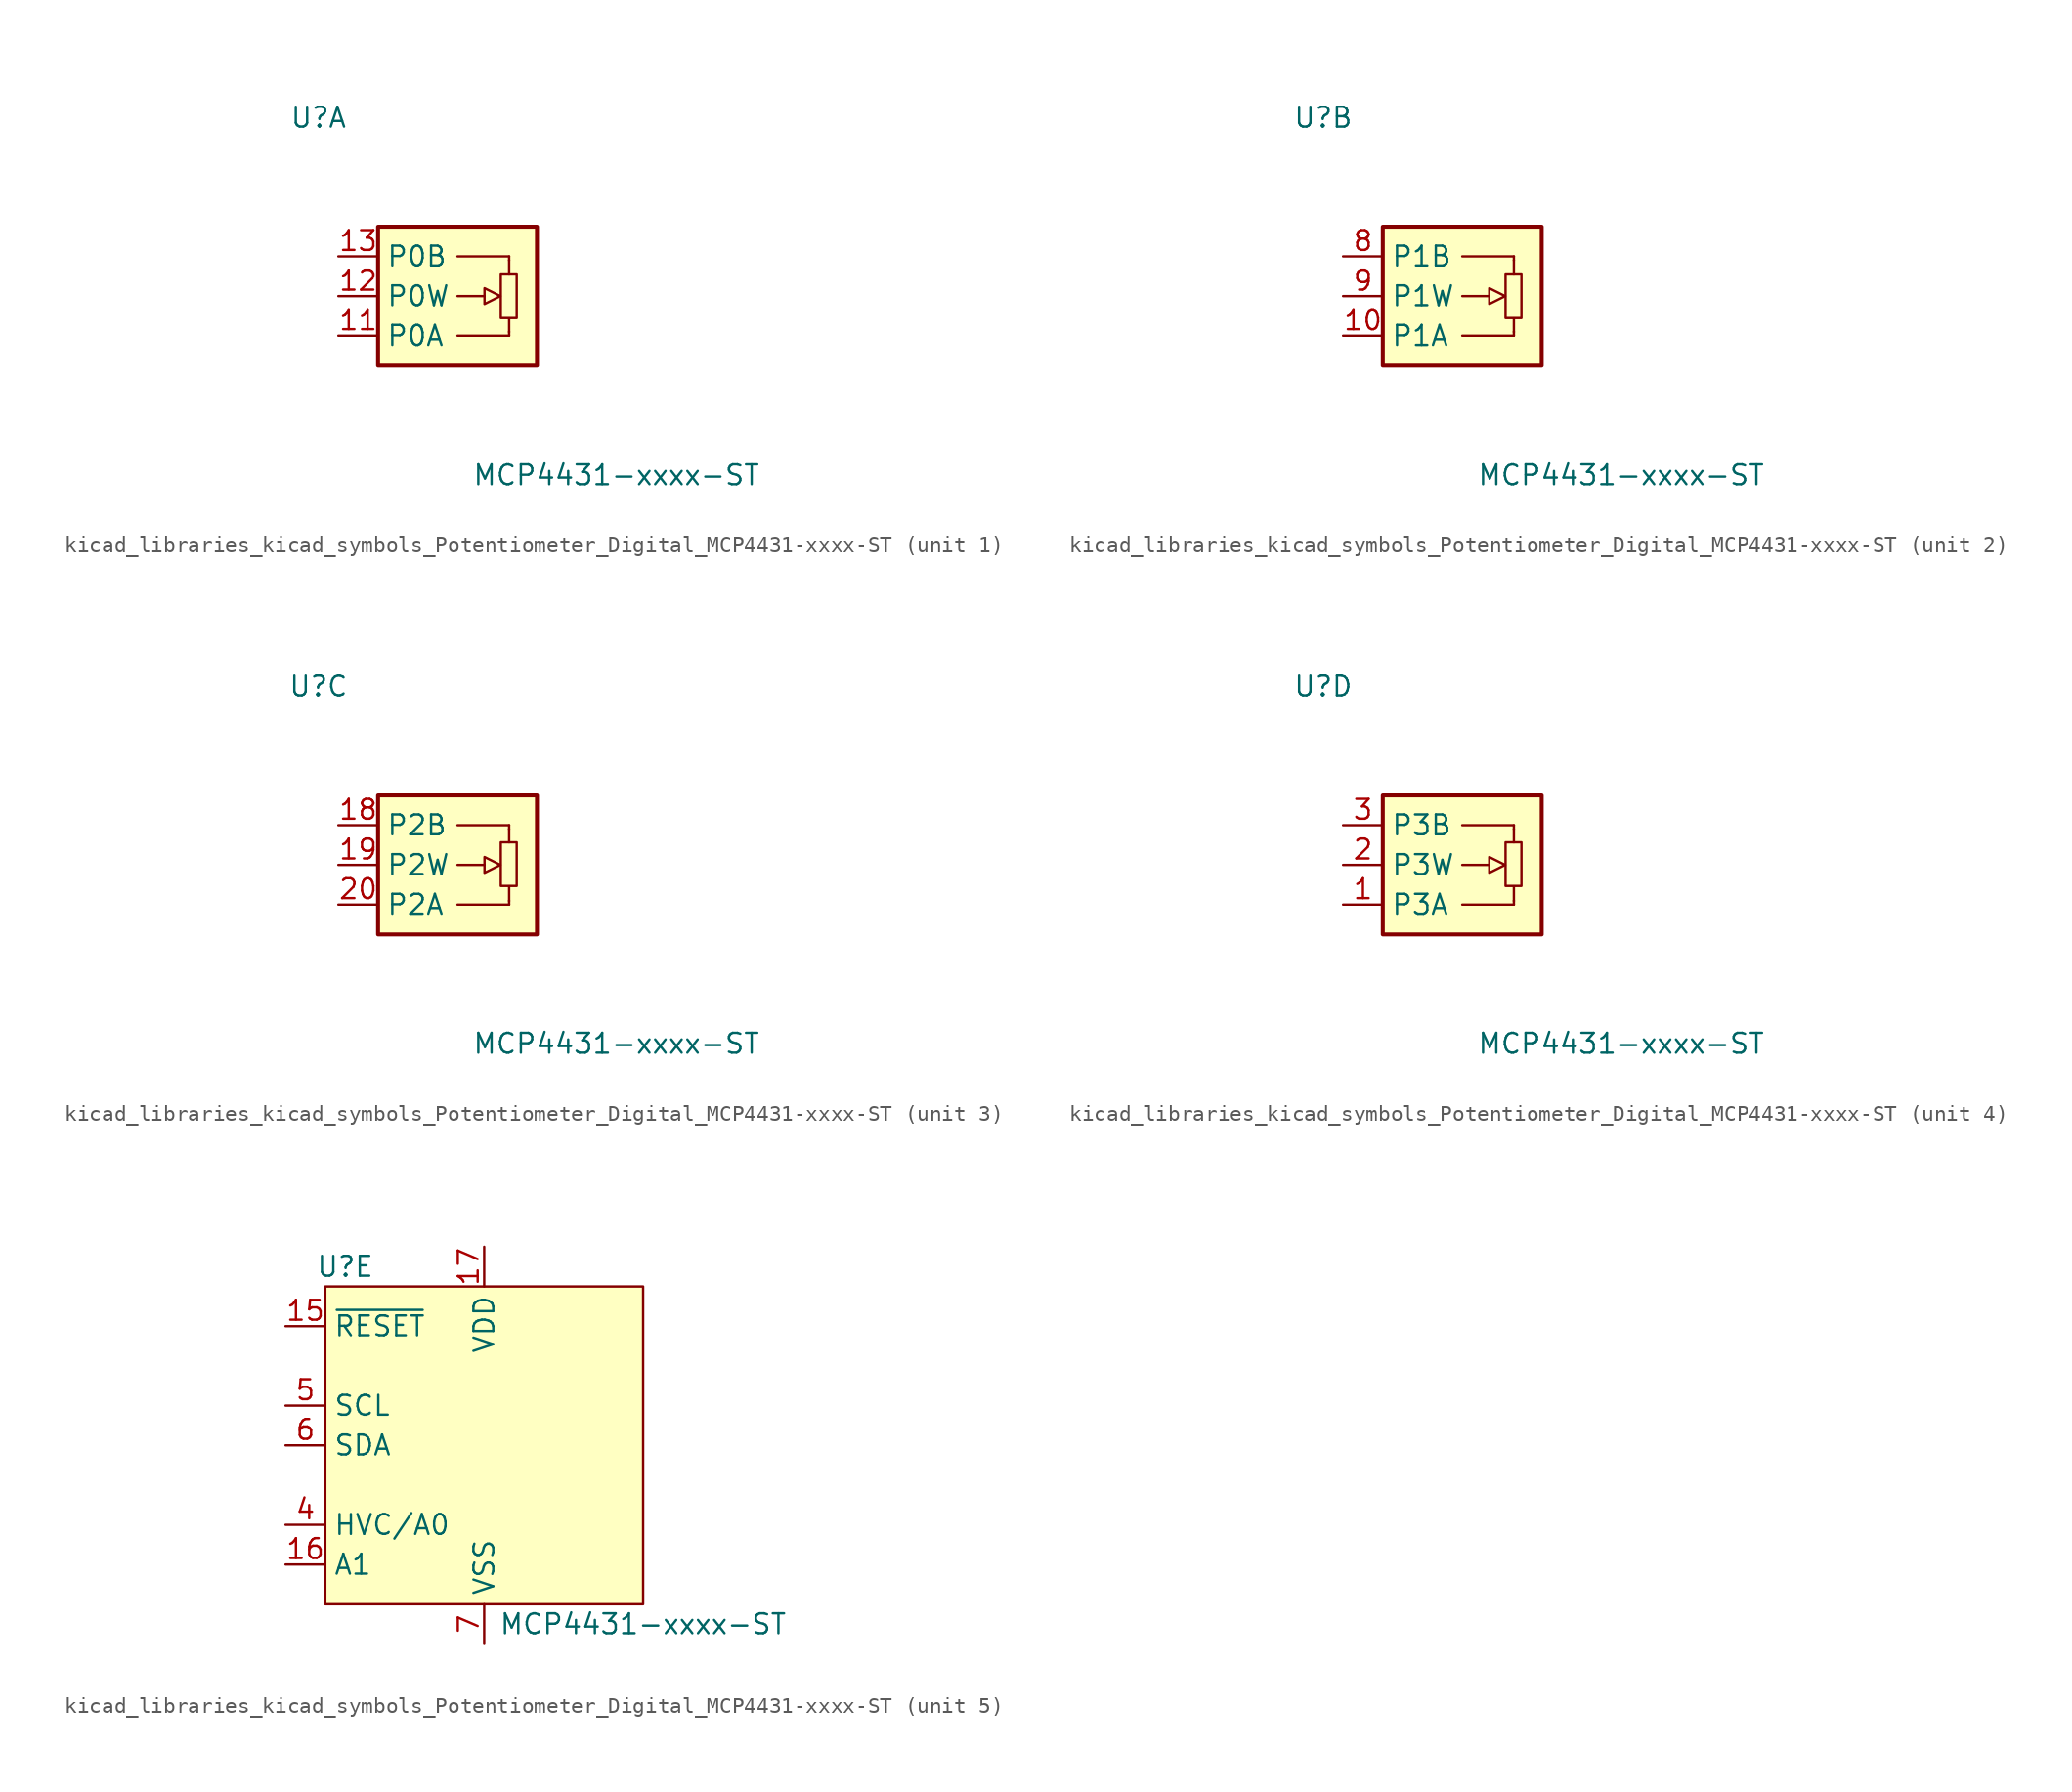
<source format=kicad_sym>
(kicad_symbol_lib
  (version 20220914)
  (generator kicad_symbol_editor)
  (symbol "kicad_libraries_kicad_symbols_Potentiometer_Digital_MCP4431-xxxx-ST"
    (property "Reference" "U"
      (at -8.89 11.43 0)
      (effects (font (size 1.27 1.27))))
    (property "Value" "MCP4431-xxxx-ST"
      (at 10.16 -11.43 0)
      (effects (font (size 1.27 1.27))))
    (property "ki_locked" ""
      (at 0 0 0)
      (effects (font (size 1.27 1.27))))
    (symbol "kicad_libraries_kicad_symbols_Potentiometer_Digital_MCP4431-xxxx-ST_1_1"
      (polyline (pts (xy 1.727 0) (xy 0 0)) (stroke (width 0) (type default)) (fill (type none)))
      (polyline (pts (xy 3.302 -2.54) (xy 0 -2.54)) (stroke (width 0) (type default)) (fill (type background)))
      (polyline (pts (xy 3.302 -2.311) (xy 3.302 -1.372)) (stroke (width 0) (type default)) (fill (type none)))
      (polyline (pts (xy 3.302 2.286) (xy 3.302 1.448)) (stroke (width 0) (type default)) (fill (type none)))
      (polyline (pts (xy 3.302 2.54) (xy 0 2.54)) (stroke (width 0) (type default)) (fill (type background)))
      (polyline (pts (xy 3.302 -2.54) (xy 3.302 -2.286) (xy 3.302 -2.286)) (stroke (width 0) (type default)) (fill (type none)))
      (polyline (pts (xy 3.302 2.54) (xy 3.302 2.286) (xy 3.302 2.286)) (stroke (width 0) (type default)) (fill (type background)))
      (polyline (pts (xy 1.727 -0.508) (xy 1.727 0.508) (xy 2.743 0) (xy 1.727 -0.508) (xy 1.727 -0.508)) (stroke (width 0) (type default)) (fill (type none)))
      (rectangle (start 3.785 -1.346) (end 2.769 1.448) (stroke (width 0) (type default)) (fill (type none)))
      (rectangle (start 5.08 -4.445) (end -5.08 4.445) (stroke (width 0.254) (type default)) (fill (type background)))
      (pin passive line (at -7.62 -2.54 0) (length 2.54) (name "P0A" (effects (font (size 1.27 1.27)))) (number "11" (effects (font (size 1.27 1.27)))))
      (pin passive line (at -7.62 0 0) (length 2.54) (name "P0W" (effects (font (size 1.27 1.27)))) (number "12" (effects (font (size 1.27 1.27)))))
      (pin passive line (at -7.62 2.54 0) (length 2.54) (name "P0B" (effects (font (size 1.27 1.27)))) (number "13" (effects (font (size 1.27 1.27))))))
    (symbol "kicad_libraries_kicad_symbols_Potentiometer_Digital_MCP4431-xxxx-ST_2_1"
      (polyline (pts (xy 1.727 0) (xy 0 0)) (stroke (width 0) (type default)) (fill (type none)))
      (polyline (pts (xy 3.302 -2.54) (xy 0 -2.54)) (stroke (width 0) (type default)) (fill (type background)))
      (polyline (pts (xy 3.302 -2.311) (xy 3.302 -1.372)) (stroke (width 0) (type default)) (fill (type none)))
      (polyline (pts (xy 3.302 2.286) (xy 3.302 1.448)) (stroke (width 0) (type default)) (fill (type none)))
      (polyline (pts (xy 3.302 2.54) (xy 0 2.54)) (stroke (width 0) (type default)) (fill (type background)))
      (polyline (pts (xy 3.302 -2.54) (xy 3.302 -2.286) (xy 3.302 -2.286)) (stroke (width 0) (type default)) (fill (type none)))
      (polyline (pts (xy 3.302 2.54) (xy 3.302 2.286) (xy 3.302 2.286)) (stroke (width 0) (type default)) (fill (type background)))
      (polyline (pts (xy 1.727 -0.508) (xy 1.727 0.508) (xy 2.743 0) (xy 1.727 -0.508) (xy 1.727 -0.508)) (stroke (width 0) (type default)) (fill (type none)))
      (rectangle (start 3.785 -1.346) (end 2.769 1.448) (stroke (width 0) (type default)) (fill (type none)))
      (rectangle (start 5.08 -4.445) (end -5.08 4.445) (stroke (width 0.254) (type default)) (fill (type background)))
      (pin passive line (at -7.62 -2.54 0) (length 2.54) (name "P1A" (effects (font (size 1.27 1.27)))) (number "10" (effects (font (size 1.27 1.27)))))
      (pin passive line (at -7.62 2.54 0) (length 2.54) (name "P1B" (effects (font (size 1.27 1.27)))) (number "8" (effects (font (size 1.27 1.27)))))
      (pin passive line (at -7.62 0 0) (length 2.54) (name "P1W" (effects (font (size 1.27 1.27)))) (number "9" (effects (font (size 1.27 1.27))))))
    (symbol "kicad_libraries_kicad_symbols_Potentiometer_Digital_MCP4431-xxxx-ST_3_1"
      (polyline (pts (xy 1.727 0) (xy 0 0)) (stroke (width 0) (type default)) (fill (type none)))
      (polyline (pts (xy 3.302 -2.54) (xy 0 -2.54)) (stroke (width 0) (type default)) (fill (type background)))
      (polyline (pts (xy 3.302 -2.311) (xy 3.302 -1.372)) (stroke (width 0) (type default)) (fill (type none)))
      (polyline (pts (xy 3.302 2.286) (xy 3.302 1.448)) (stroke (width 0) (type default)) (fill (type none)))
      (polyline (pts (xy 3.302 2.54) (xy 0 2.54)) (stroke (width 0) (type default)) (fill (type background)))
      (polyline (pts (xy 3.302 -2.54) (xy 3.302 -2.286) (xy 3.302 -2.286)) (stroke (width 0) (type default)) (fill (type none)))
      (polyline (pts (xy 3.302 2.54) (xy 3.302 2.286) (xy 3.302 2.286)) (stroke (width 0) (type default)) (fill (type background)))
      (polyline (pts (xy 1.727 -0.508) (xy 1.727 0.508) (xy 2.743 0) (xy 1.727 -0.508) (xy 1.727 -0.508)) (stroke (width 0) (type default)) (fill (type none)))
      (rectangle (start 3.785 -1.346) (end 2.769 1.448) (stroke (width 0) (type default)) (fill (type none)))
      (rectangle (start 5.08 -4.445) (end -5.08 4.445) (stroke (width 0.254) (type default)) (fill (type background)))
      (pin passive line (at -7.62 2.54 0) (length 2.54) (name "P2B" (effects (font (size 1.27 1.27)))) (number "18" (effects (font (size 1.27 1.27)))))
      (pin passive line (at -7.62 0 0) (length 2.54) (name "P2W" (effects (font (size 1.27 1.27)))) (number "19" (effects (font (size 1.27 1.27)))))
      (pin passive line (at -7.62 -2.54 0) (length 2.54) (name "P2A" (effects (font (size 1.27 1.27)))) (number "20" (effects (font (size 1.27 1.27))))))
    (symbol "kicad_libraries_kicad_symbols_Potentiometer_Digital_MCP4431-xxxx-ST_4_1"
      (polyline (pts (xy 1.727 0) (xy 0 0)) (stroke (width 0) (type default)) (fill (type none)))
      (polyline (pts (xy 3.302 -2.54) (xy 0 -2.54)) (stroke (width 0) (type default)) (fill (type background)))
      (polyline (pts (xy 3.302 -2.311) (xy 3.302 -1.372)) (stroke (width 0) (type default)) (fill (type none)))
      (polyline (pts (xy 3.302 2.286) (xy 3.302 1.448)) (stroke (width 0) (type default)) (fill (type none)))
      (polyline (pts (xy 3.302 2.54) (xy 0 2.54)) (stroke (width 0) (type default)) (fill (type background)))
      (polyline (pts (xy 3.302 -2.54) (xy 3.302 -2.286) (xy 3.302 -2.286)) (stroke (width 0) (type default)) (fill (type none)))
      (polyline (pts (xy 3.302 2.54) (xy 3.302 2.286) (xy 3.302 2.286)) (stroke (width 0) (type default)) (fill (type background)))
      (polyline (pts (xy 1.727 -0.508) (xy 1.727 0.508) (xy 2.743 0) (xy 1.727 -0.508) (xy 1.727 -0.508)) (stroke (width 0) (type default)) (fill (type none)))
      (rectangle (start 3.785 -1.346) (end 2.769 1.448) (stroke (width 0) (type default)) (fill (type none)))
      (rectangle (start 5.08 -4.445) (end -5.08 4.445) (stroke (width 0.254) (type default)) (fill (type background)))
      (pin passive line (at -7.62 -2.54 0) (length 2.54) (name "P3A" (effects (font (size 1.27 1.27)))) (number "1" (effects (font (size 1.27 1.27)))))
      (pin passive line (at -7.62 0 0) (length 2.54) (name "P3W" (effects (font (size 1.27 1.27)))) (number "2" (effects (font (size 1.27 1.27)))))
      (pin passive line (at -7.62 2.54 0) (length 2.54) (name "P3B" (effects (font (size 1.27 1.27)))) (number "3" (effects (font (size 1.27 1.27))))))
    (symbol "kicad_libraries_kicad_symbols_Potentiometer_Digital_MCP4431-xxxx-ST_5_1"
      (rectangle (start -10.16 10.16) (end 10.16 -10.16) (stroke (width 0) (type default)) (fill (type background)))
      (pin no_connect line (at -10.16 -2.54 0) (length 2.54) hide (name "NC" (effects (font (size 1.27 1.27)))) (number "14" (effects (font (size 1.27 1.27)))))
      (pin input line (at -12.7 7.62 0) (length 2.54) (name "~{RESET}" (effects (font (size 1.27 1.27)))) (number "15" (effects (font (size 1.27 1.27)))))
      (pin input line (at -12.7 -7.62 0) (length 2.54) (name "A1" (effects (font (size 1.27 1.27)))) (number "16" (effects (font (size 1.27 1.27)))))
      (pin power_in line (at 0 12.7 270) (length 2.54) (name "VDD" (effects (font (size 1.27 1.27)))) (number "17" (effects (font (size 1.27 1.27)))))
      (pin input line (at -12.7 -5.08 0) (length 2.54) (name "HVC/A0" (effects (font (size 1.27 1.27)))) (number "4" (effects (font (size 1.27 1.27)))))
      (pin input line (at -12.7 2.54 0) (length 2.54) (name "SCL" (effects (font (size 1.27 1.27)))) (number "5" (effects (font (size 1.27 1.27)))))
      (pin bidirectional line (at -12.7 0 0) (length 2.54) (name "SDA" (effects (font (size 1.27 1.27)))) (number "6" (effects (font (size 1.27 1.27)))))
      (pin power_in line (at 0 -12.7 90) (length 2.54) (name "VSS" (effects (font (size 1.27 1.27)))) (number "7" (effects (font (size 1.27 1.27))))))))
</source>
